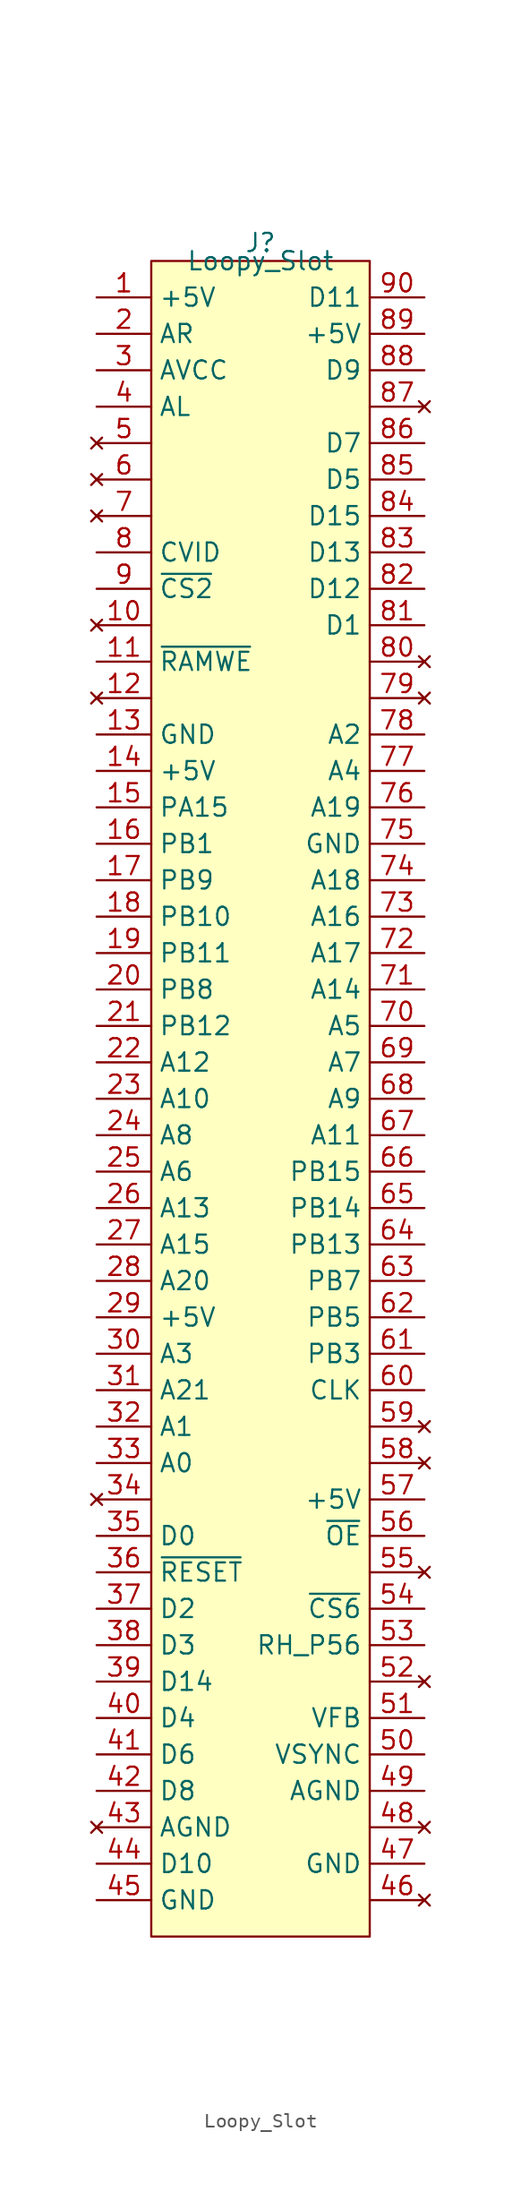
<source format=kicad_sym>
(kicad_symbol_lib
  (version 20231120)
  (generator "kicad_symbol_editor")
  (generator_version "8.0")
  (symbol "Loopy_Slot"
    (property "Reference" "J"
      (at 0 1.27 0)
      (effects (font (size 1.27 1.27))))
    (property "Value" "Loopy_Slot"
      (at 0 0 0)
      (effects (font (size 1.27 1.27))))
    (symbol "Loopy_Slot_1_1"
      (rectangle (start -7.62 0) (end 7.62 -116.84) (stroke (width 0) (type default)) (fill (type background)))
      (pin power_in line (at -11.43 -2.54 0) (length 3.81) (name "+5V" (effects (font (size 1.27 1.27)))) (number "1" (effects (font (size 1.27 1.27)))))
      (pin no_connect line (at -11.43 -25.4 0) (length 3.81) (name "" (effects (font (size 1.27 1.27)))) (number "10" (effects (font (size 1.27 1.27)))))
      (pin output line (at -11.43 -27.94 0) (length 3.81) (name "~{RAMWE}" (effects (font (size 1.27 1.27)))) (number "11" (effects (font (size 1.27 1.27)))))
      (pin no_connect line (at -11.43 -30.48 0) (length 3.81) (name "" (effects (font (size 1.27 1.27)))) (number "12" (effects (font (size 1.27 1.27)))))
      (pin power_in line (at -11.43 -33.02 0) (length 3.81) (name "GND" (effects (font (size 1.27 1.27)))) (number "13" (effects (font (size 1.27 1.27)))))
      (pin power_in line (at -11.43 -35.56 0) (length 3.81) (name "+5V" (effects (font (size 1.27 1.27)))) (number "14" (effects (font (size 1.27 1.27)))))
      (pin passive line (at -11.43 -38.1 0) (length 3.81) (name "PA15" (effects (font (size 1.27 1.27)))) (number "15" (effects (font (size 1.27 1.27)))))
      (pin passive line (at -11.43 -40.64 0) (length 3.81) (name "PB1" (effects (font (size 1.27 1.27)))) (number "16" (effects (font (size 1.27 1.27)))))
      (pin passive line (at -11.43 -43.18 0) (length 3.81) (name "PB9" (effects (font (size 1.27 1.27)))) (number "17" (effects (font (size 1.27 1.27)))))
      (pin passive line (at -11.43 -45.72 0) (length 3.81) (name "PB10" (effects (font (size 1.27 1.27)))) (number "18" (effects (font (size 1.27 1.27)))))
      (pin passive line (at -11.43 -48.26 0) (length 3.81) (name "PB11" (effects (font (size 1.27 1.27)))) (number "19" (effects (font (size 1.27 1.27)))))
      (pin passive line (at -11.43 -5.08 0) (length 3.81) (name "AR" (effects (font (size 1.27 1.27)))) (number "2" (effects (font (size 1.27 1.27)))))
      (pin passive line (at -11.43 -50.8 0) (length 3.81) (name "PB8" (effects (font (size 1.27 1.27)))) (number "20" (effects (font (size 1.27 1.27)))))
      (pin passive line (at -11.43 -53.34 0) (length 3.81) (name "PB12" (effects (font (size 1.27 1.27)))) (number "21" (effects (font (size 1.27 1.27)))))
      (pin bidirectional line (at -11.43 -55.88 0) (length 3.81) (name "A12" (effects (font (size 1.27 1.27)))) (number "22" (effects (font (size 1.27 1.27)))))
      (pin bidirectional line (at -11.43 -58.42 0) (length 3.81) (name "A10" (effects (font (size 1.27 1.27)))) (number "23" (effects (font (size 1.27 1.27)))))
      (pin bidirectional line (at -11.43 -60.96 0) (length 3.81) (name "A8" (effects (font (size 1.27 1.27)))) (number "24" (effects (font (size 1.27 1.27)))))
      (pin bidirectional line (at -11.43 -63.5 0) (length 3.81) (name "A6" (effects (font (size 1.27 1.27)))) (number "25" (effects (font (size 1.27 1.27)))))
      (pin bidirectional line (at -11.43 -66.04 0) (length 3.81) (name "A13" (effects (font (size 1.27 1.27)))) (number "26" (effects (font (size 1.27 1.27)))))
      (pin bidirectional line (at -11.43 -68.58 0) (length 3.81) (name "A15" (effects (font (size 1.27 1.27)))) (number "27" (effects (font (size 1.27 1.27)))))
      (pin bidirectional line (at -11.43 -71.12 0) (length 3.81) (name "A20" (effects (font (size 1.27 1.27)))) (number "28" (effects (font (size 1.27 1.27)))))
      (pin power_out line (at -11.43 -73.66 0) (length 3.81) (name "+5V" (effects (font (size 1.27 1.27)))) (number "29" (effects (font (size 1.27 1.27)))))
      (pin passive line (at -11.43 -7.62 0) (length 3.81) (name "AVCC" (effects (font (size 1.27 1.27)))) (number "3" (effects (font (size 1.27 1.27)))))
      (pin bidirectional line (at -11.43 -76.2 0) (length 3.81) (name "A3" (effects (font (size 1.27 1.27)))) (number "30" (effects (font (size 1.27 1.27)))))
      (pin bidirectional line (at -11.43 -78.74 0) (length 3.81) (name "A21" (effects (font (size 1.27 1.27)))) (number "31" (effects (font (size 1.27 1.27)))))
      (pin bidirectional line (at -11.43 -81.28 0) (length 3.81) (name "A1" (effects (font (size 1.27 1.27)))) (number "32" (effects (font (size 1.27 1.27)))))
      (pin bidirectional line (at -11.43 -83.82 0) (length 3.81) (name "A0" (effects (font (size 1.27 1.27)))) (number "33" (effects (font (size 1.27 1.27)))))
      (pin no_connect line (at -11.43 -86.36 0) (length 3.81) (name "" (effects (font (size 1.27 1.27)))) (number "34" (effects (font (size 1.27 1.27)))))
      (pin bidirectional line (at -11.43 -88.9 0) (length 3.81) (name "D0" (effects (font (size 1.27 1.27)))) (number "35" (effects (font (size 1.27 1.27)))))
      (pin output line (at -11.43 -91.44 0) (length 3.81) (name "~{RESET}" (effects (font (size 1.27 1.27)))) (number "36" (effects (font (size 1.27 1.27)))))
      (pin bidirectional line (at -11.43 -93.98 0) (length 3.81) (name "D2" (effects (font (size 1.27 1.27)))) (number "37" (effects (font (size 1.27 1.27)))))
      (pin bidirectional line (at -11.43 -96.52 0) (length 3.81) (name "D3" (effects (font (size 1.27 1.27)))) (number "38" (effects (font (size 1.27 1.27)))))
      (pin bidirectional line (at -11.43 -99.06 0) (length 3.81) (name "D14" (effects (font (size 1.27 1.27)))) (number "39" (effects (font (size 1.27 1.27)))))
      (pin passive line (at -11.43 -10.16 0) (length 3.81) (name "AL" (effects (font (size 1.27 1.27)))) (number "4" (effects (font (size 1.27 1.27)))))
      (pin bidirectional line (at -11.43 -101.6 0) (length 3.81) (name "D4" (effects (font (size 1.27 1.27)))) (number "40" (effects (font (size 1.27 1.27)))))
      (pin bidirectional line (at -11.43 -104.14 0) (length 3.81) (name "D6" (effects (font (size 1.27 1.27)))) (number "41" (effects (font (size 1.27 1.27)))))
      (pin bidirectional line (at -11.43 -106.68 0) (length 3.81) (name "D8" (effects (font (size 1.27 1.27)))) (number "42" (effects (font (size 1.27 1.27)))))
      (pin no_connect line (at -11.43 -109.22 0) (length 3.81) (name "AGND" (effects (font (size 1.27 1.27)))) (number "43" (effects (font (size 1.27 1.27)))))
      (pin bidirectional line (at -11.43 -111.76 0) (length 3.81) (name "D10" (effects (font (size 1.27 1.27)))) (number "44" (effects (font (size 1.27 1.27)))))
      (pin power_in line (at -11.43 -114.3 0) (length 3.81) (name "GND" (effects (font (size 1.27 1.27)))) (number "45" (effects (font (size 1.27 1.27)))))
      (pin no_connect line (at 11.43 -114.3 180) (length 3.81) (name "" (effects (font (size 1.27 1.27)))) (number "46" (effects (font (size 1.27 1.27)))))
      (pin power_in line (at 11.43 -111.76 180) (length 3.81) (name "GND" (effects (font (size 1.27 1.27)))) (number "47" (effects (font (size 1.27 1.27)))))
      (pin no_connect line (at 11.43 -109.22 180) (length 3.81) (name "" (effects (font (size 1.27 1.27)))) (number "48" (effects (font (size 1.27 1.27)))))
      (pin passive line (at 11.43 -106.68 180) (length 3.81) (name "AGND" (effects (font (size 1.27 1.27)))) (number "49" (effects (font (size 1.27 1.27)))))
      (pin no_connect line (at -11.43 -12.7 0) (length 3.81) (name "" (effects (font (size 1.27 1.27)))) (number "5" (effects (font (size 1.27 1.27)))))
      (pin passive line (at 11.43 -104.14 180) (length 3.81) (name "VSYNC" (effects (font (size 1.27 1.27)))) (number "50" (effects (font (size 1.27 1.27)))))
      (pin passive line (at 11.43 -101.6 180) (length 3.81) (name "VFB" (effects (font (size 1.27 1.27)))) (number "51" (effects (font (size 1.27 1.27)))))
      (pin no_connect line (at 11.43 -99.06 180) (length 3.81) (name "" (effects (font (size 1.27 1.27)))) (number "52" (effects (font (size 1.27 1.27)))))
      (pin passive line (at 11.43 -96.52 180) (length 3.81) (name "RH_P56" (effects (font (size 1.27 1.27)))) (number "53" (effects (font (size 1.27 1.27)))))
      (pin output line (at 11.43 -93.98 180) (length 3.81) (name "~{CS6}" (effects (font (size 1.27 1.27)))) (number "54" (effects (font (size 1.27 1.27)))))
      (pin no_connect line (at 11.43 -91.44 180) (length 3.81) (name "" (effects (font (size 1.27 1.27)))) (number "55" (effects (font (size 1.27 1.27)))))
      (pin passive line (at 11.43 -88.9 180) (length 3.81) (name "~{OE}" (effects (font (size 1.27 1.27)))) (number "56" (effects (font (size 1.27 1.27)))))
      (pin power_in line (at 11.43 -86.36 180) (length 3.81) (name "+5V" (effects (font (size 1.27 1.27)))) (number "57" (effects (font (size 1.27 1.27)))))
      (pin no_connect line (at 11.43 -83.82 180) (length 3.81) (name "" (effects (font (size 1.27 1.27)))) (number "58" (effects (font (size 1.27 1.27)))))
      (pin no_connect line (at 11.43 -81.28 180) (length 3.81) (name "" (effects (font (size 1.27 1.27)))) (number "59" (effects (font (size 1.27 1.27)))))
      (pin no_connect line (at -11.43 -15.24 0) (length 3.81) (name "" (effects (font (size 1.27 1.27)))) (number "6" (effects (font (size 1.27 1.27)))))
      (pin passive line (at 11.43 -78.74 180) (length 3.81) (name "CLK" (effects (font (size 1.27 1.27)))) (number "60" (effects (font (size 1.27 1.27)))))
      (pin passive line (at 11.43 -76.2 180) (length 3.81) (name "PB3" (effects (font (size 1.27 1.27)))) (number "61" (effects (font (size 1.27 1.27)))))
      (pin passive line (at 11.43 -73.66 180) (length 3.81) (name "PB5" (effects (font (size 1.27 1.27)))) (number "62" (effects (font (size 1.27 1.27)))))
      (pin passive line (at 11.43 -71.12 180) (length 3.81) (name "PB7" (effects (font (size 1.27 1.27)))) (number "63" (effects (font (size 1.27 1.27)))))
      (pin passive line (at 11.43 -68.58 180) (length 3.81) (name "PB13" (effects (font (size 1.27 1.27)))) (number "64" (effects (font (size 1.27 1.27)))))
      (pin passive line (at 11.43 -66.04 180) (length 3.81) (name "PB14" (effects (font (size 1.27 1.27)))) (number "65" (effects (font (size 1.27 1.27)))))
      (pin passive line (at 11.43 -63.5 180) (length 3.81) (name "PB15" (effects (font (size 1.27 1.27)))) (number "66" (effects (font (size 1.27 1.27)))))
      (pin bidirectional line (at 11.43 -60.96 180) (length 3.81) (name "A11" (effects (font (size 1.27 1.27)))) (number "67" (effects (font (size 1.27 1.27)))))
      (pin bidirectional line (at 11.43 -58.42 180) (length 3.81) (name "A9" (effects (font (size 1.27 1.27)))) (number "68" (effects (font (size 1.27 1.27)))))
      (pin bidirectional line (at 11.43 -55.88 180) (length 3.81) (name "A7" (effects (font (size 1.27 1.27)))) (number "69" (effects (font (size 1.27 1.27)))))
      (pin no_connect line (at -11.43 -17.78 0) (length 3.81) (name "" (effects (font (size 1.27 1.27)))) (number "7" (effects (font (size 1.27 1.27)))))
      (pin bidirectional line (at 11.43 -53.34 180) (length 3.81) (name "A5" (effects (font (size 1.27 1.27)))) (number "70" (effects (font (size 1.27 1.27)))))
      (pin bidirectional line (at 11.43 -50.8 180) (length 3.81) (name "A14" (effects (font (size 1.27 1.27)))) (number "71" (effects (font (size 1.27 1.27)))))
      (pin bidirectional line (at 11.43 -48.26 180) (length 3.81) (name "A17" (effects (font (size 1.27 1.27)))) (number "72" (effects (font (size 1.27 1.27)))))
      (pin bidirectional line (at 11.43 -45.72 180) (length 3.81) (name "A16" (effects (font (size 1.27 1.27)))) (number "73" (effects (font (size 1.27 1.27)))))
      (pin bidirectional line (at 11.43 -43.18 180) (length 3.81) (name "A18" (effects (font (size 1.27 1.27)))) (number "74" (effects (font (size 1.27 1.27)))))
      (pin power_in line (at 11.43 -40.64 180) (length 3.81) (name "GND" (effects (font (size 1.27 1.27)))) (number "75" (effects (font (size 1.27 1.27)))))
      (pin bidirectional line (at 11.43 -38.1 180) (length 3.81) (name "A19" (effects (font (size 1.27 1.27)))) (number "76" (effects (font (size 1.27 1.27)))))
      (pin bidirectional line (at 11.43 -35.56 180) (length 3.81) (name "A4" (effects (font (size 1.27 1.27)))) (number "77" (effects (font (size 1.27 1.27)))))
      (pin bidirectional line (at 11.43 -33.02 180) (length 3.81) (name "A2" (effects (font (size 1.27 1.27)))) (number "78" (effects (font (size 1.27 1.27)))))
      (pin no_connect line (at 11.43 -30.48 180) (length 3.81) (name "" (effects (font (size 1.27 1.27)))) (number "79" (effects (font (size 1.27 1.27)))))
      (pin passive line (at -11.43 -20.32 0) (length 3.81) (name "CVID" (effects (font (size 1.27 1.27)))) (number "8" (effects (font (size 1.27 1.27)))))
      (pin no_connect line (at 11.43 -27.94 180) (length 3.81) (name "" (effects (font (size 1.27 1.27)))) (number "80" (effects (font (size 1.27 1.27)))))
      (pin bidirectional line (at 11.43 -25.4 180) (length 3.81) (name "D1" (effects (font (size 1.27 1.27)))) (number "81" (effects (font (size 1.27 1.27)))))
      (pin bidirectional line (at 11.43 -22.86 180) (length 3.81) (name "D12" (effects (font (size 1.27 1.27)))) (number "82" (effects (font (size 1.27 1.27)))))
      (pin bidirectional line (at 11.43 -20.32 180) (length 3.81) (name "D13" (effects (font (size 1.27 1.27)))) (number "83" (effects (font (size 1.27 1.27)))))
      (pin bidirectional line (at 11.43 -17.78 180) (length 3.81) (name "D15" (effects (font (size 1.27 1.27)))) (number "84" (effects (font (size 1.27 1.27)))))
      (pin bidirectional line (at 11.43 -15.24 180) (length 3.81) (name "D5" (effects (font (size 1.27 1.27)))) (number "85" (effects (font (size 1.27 1.27)))))
      (pin bidirectional line (at 11.43 -12.7 180) (length 3.81) (name "D7" (effects (font (size 1.27 1.27)))) (number "86" (effects (font (size 1.27 1.27)))))
      (pin no_connect line (at 11.43 -10.16 180) (length 3.81) (name "" (effects (font (size 1.27 1.27)))) (number "87" (effects (font (size 1.27 1.27)))))
      (pin bidirectional line (at 11.43 -7.62 180) (length 3.81) (name "D9" (effects (font (size 1.27 1.27)))) (number "88" (effects (font (size 1.27 1.27)))))
      (pin power_in line (at 11.43 -5.08 180) (length 3.81) (name "+5V" (effects (font (size 1.27 1.27)))) (number "89" (effects (font (size 1.27 1.27)))))
      (pin output line (at -11.43 -22.86 0) (length 3.81) (name "~{CS2}" (effects (font (size 1.27 1.27)))) (number "9" (effects (font (size 1.27 1.27)))))
      (pin bidirectional line (at 11.43 -2.54 180) (length 3.81) (name "D11" (effects (font (size 1.27 1.27)))) (number "90" (effects (font (size 1.27 1.27))))))))
</source>
